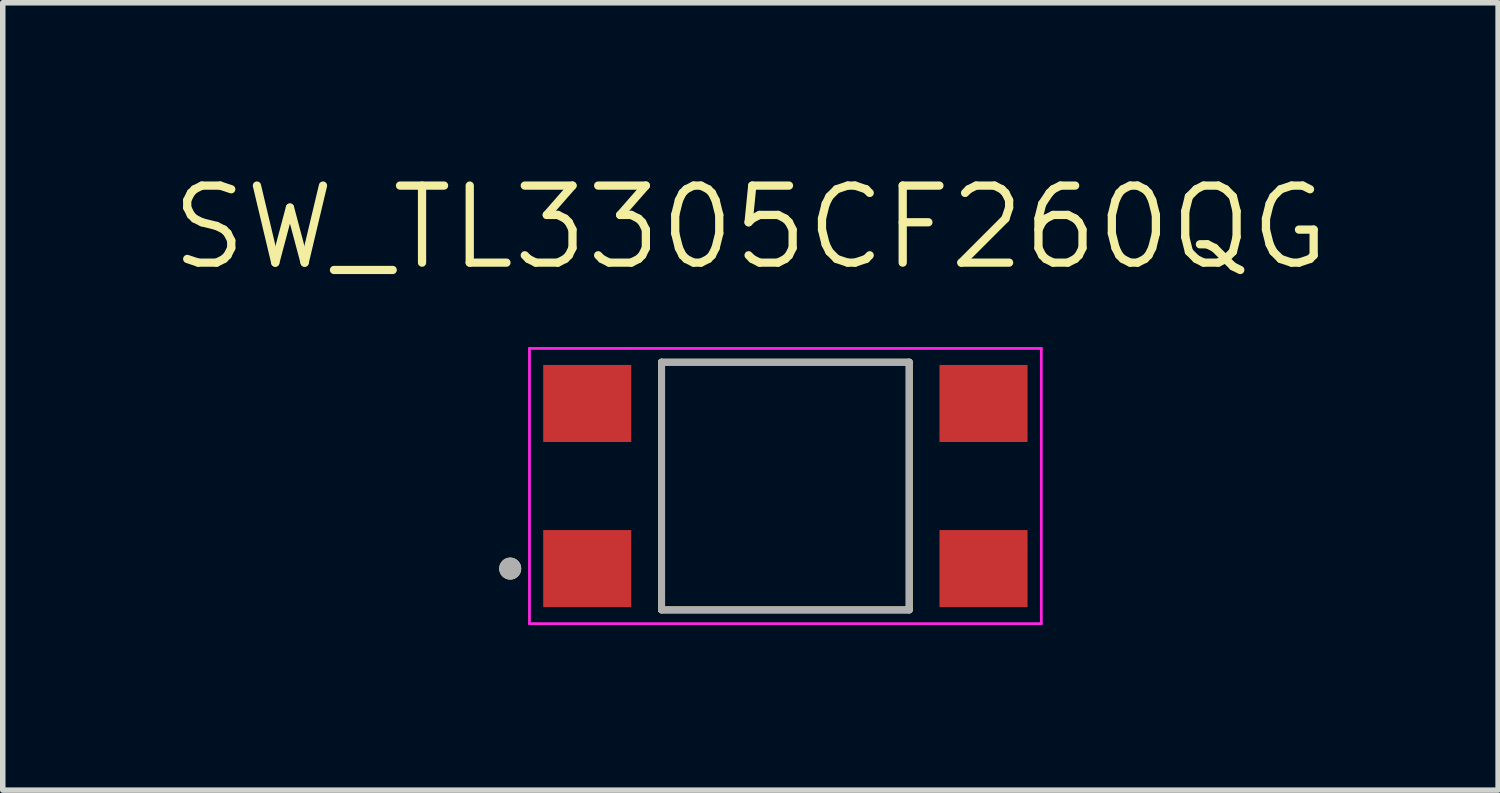
<source format=kicad_pcb>
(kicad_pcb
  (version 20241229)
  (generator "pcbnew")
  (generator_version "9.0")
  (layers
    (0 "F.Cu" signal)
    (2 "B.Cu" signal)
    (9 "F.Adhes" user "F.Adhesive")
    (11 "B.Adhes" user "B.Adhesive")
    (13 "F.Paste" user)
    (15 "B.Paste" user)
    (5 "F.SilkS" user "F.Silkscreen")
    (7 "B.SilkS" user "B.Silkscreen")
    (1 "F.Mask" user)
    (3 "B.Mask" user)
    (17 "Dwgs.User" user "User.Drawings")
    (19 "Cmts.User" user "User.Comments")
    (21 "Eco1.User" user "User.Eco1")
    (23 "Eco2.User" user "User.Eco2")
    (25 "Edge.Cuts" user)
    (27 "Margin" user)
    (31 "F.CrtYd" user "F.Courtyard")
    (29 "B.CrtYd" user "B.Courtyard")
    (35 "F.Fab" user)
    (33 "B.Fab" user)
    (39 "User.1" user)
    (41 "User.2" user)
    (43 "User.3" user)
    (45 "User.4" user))
  (footprint "SW_TL3305CF260QG"
    (layer "F.Cu")
    (at 11.22 5.781)
    (property "Reference" "SW_TL3305CF260QG" (at -0.635 -4.699 0) (layer "F.SilkS") (effects (font (size 1.4 1.4) (thickness 0.15))))
    (attr smd)
    (fp_line (start -2.25 -2.25) (end -2.25 2.25) (stroke (width 0.127) (type solid)) (layer "F.SilkS"))
    (fp_line (start -2.25 2.25) (end 2.25 2.25) (stroke (width 0.127) (type solid)) (layer "F.SilkS"))
    (fp_line (start 2.25 -2.25) (end -2.25 -2.25) (stroke (width 0.127) (type solid)) (layer "F.SilkS"))
    (fp_line (start 2.25 2.25) (end 2.25 -2.25) (stroke (width 0.127) (type solid)) (layer "F.SilkS"))
    (fp_circle (center -5 1.5) (end -4.9 1.5) (stroke (width 0.2) (type solid)) (fill no) (layer "F.SilkS"))
    (fp_line (start -4.65 -2.5) (end 4.65 -2.5) (stroke (width 0.05) (type solid)) (layer "F.CrtYd"))
    (fp_line (start -4.65 2.5) (end -4.65 -2.5) (stroke (width 0.05) (type solid)) (layer "F.CrtYd"))
    (fp_line (start 4.65 -2.5) (end 4.65 2.5) (stroke (width 0.05) (type solid)) (layer "F.CrtYd"))
    (fp_line (start 4.65 2.5) (end -4.65 2.5) (stroke (width 0.05) (type solid)) (layer "F.CrtYd"))
    (fp_line (start -2.25 -2.25) (end 2.25 -2.25) (stroke (width 0.127) (type solid)) (layer "F.Fab"))
    (fp_line (start -2.25 2.25) (end -2.25 -2.25) (stroke (width 0.127) (type solid)) (layer "F.Fab"))
    (fp_line (start 2.25 -2.25) (end 2.25 2.25) (stroke (width 0.127) (type solid)) (layer "F.Fab"))
    (fp_line (start 2.25 2.25) (end -2.25 2.25) (stroke (width 0.127) (type solid)) (layer "F.Fab"))
    (fp_circle (center -5 1.5) (end -4.9 1.5) (stroke (width 0.2) (type solid)) (fill no) (layer "F.Fab"))
    (pad "1" smd rect (at -3.6 1.5) (size 1.6 1.4) (layers "F.Cu" "F.Mask" "F.Paste"))
    (pad "2" smd rect (at 3.6 1.5) (size 1.6 1.4) (layers "F.Cu" "F.Mask" "F.Paste"))
    (pad "3" smd rect (at -3.6 -1.5) (size 1.6 1.4) (layers "F.Cu" "F.Mask" "F.Paste"))
    (pad "4" smd rect (at 3.6 -1.5) (size 1.6 1.4) (layers "F.Cu" "F.Mask" "F.Paste")))
  (gr_rect
    (start -3 -3)
    (end 24.17 11.306)
    (stroke (width 0.1) (type default))
    (fill no)
    (layer "Edge.Cuts")))
</source>
